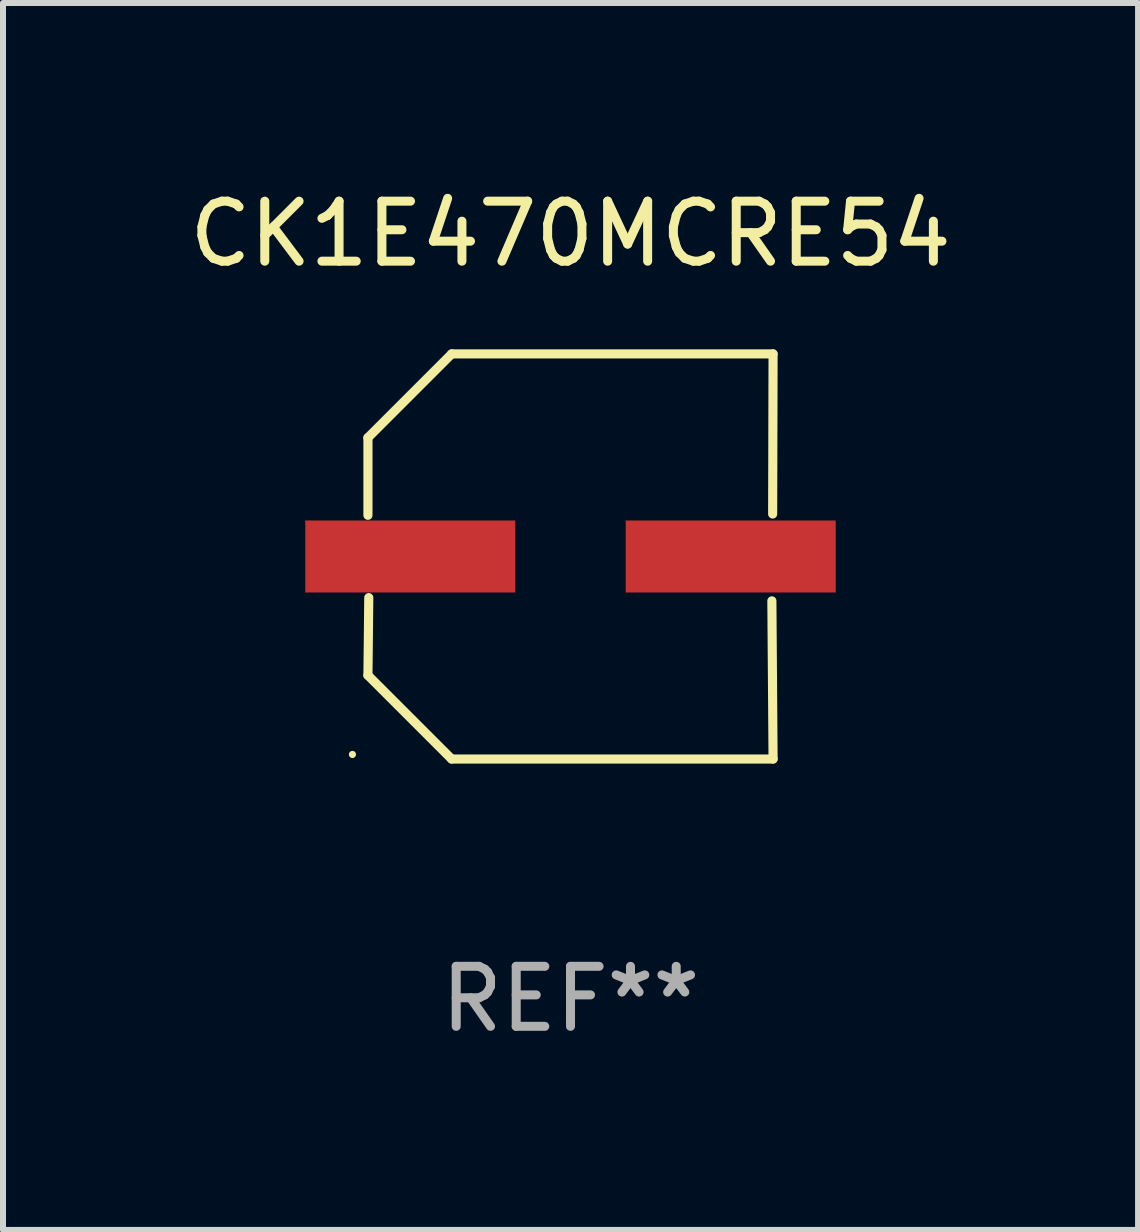
<source format=kicad_pcb>
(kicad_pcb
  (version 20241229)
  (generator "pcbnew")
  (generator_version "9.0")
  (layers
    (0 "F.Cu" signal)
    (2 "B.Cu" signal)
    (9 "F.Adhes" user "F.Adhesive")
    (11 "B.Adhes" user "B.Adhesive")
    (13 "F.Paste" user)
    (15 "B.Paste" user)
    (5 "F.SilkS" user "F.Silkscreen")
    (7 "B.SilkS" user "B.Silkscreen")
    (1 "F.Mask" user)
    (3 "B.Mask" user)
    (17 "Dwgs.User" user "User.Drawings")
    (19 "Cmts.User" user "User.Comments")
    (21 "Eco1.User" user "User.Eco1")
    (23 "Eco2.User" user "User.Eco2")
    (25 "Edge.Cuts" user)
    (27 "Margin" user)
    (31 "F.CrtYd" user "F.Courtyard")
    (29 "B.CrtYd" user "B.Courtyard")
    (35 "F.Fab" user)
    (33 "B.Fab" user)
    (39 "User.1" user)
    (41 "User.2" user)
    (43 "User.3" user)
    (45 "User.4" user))
  (footprint "CK1E470MCRE54"
    (layer "F.Cu")
    (at 6.458 6.224)
    (property "Reference" "CK1E470MCRE54" (at 0 -5.376 0) (layer "F.SilkS") (effects (font (size 1 1) (thickness 0.15))))
    (attr through_hole)
    (fp_line (start -3.376 -1.98) (end -3.376 -0.686) (stroke (width 0.152) (type solid)) (layer "F.SilkS"))
    (fp_line (start -3.376 1.981) (end -3.362 0.686) (stroke (width 0.152) (type solid)) (layer "F.SilkS"))
    (fp_line (start -1.981 3.376) (end -3.376 1.981) (stroke (width 0.152) (type solid)) (layer "F.SilkS"))
    (fp_line (start -1.98 -3.376) (end -3.376 -1.98) (stroke (width 0.152) (type solid)) (layer "F.SilkS"))
    (fp_line (start 3.356 0.74) (end 3.376 3.376) (stroke (width 0.152) (type solid)) (layer "F.SilkS"))
    (fp_line (start 3.369 -0.707) (end 3.376 -3.376) (stroke (width 0.152) (type solid)) (layer "F.SilkS"))
    (fp_line (start 3.376 3.376) (end -1.981 3.376) (stroke (width 0.152) (type solid)) (layer "F.SilkS"))
    (fp_line (start 3.376 -3.376) (end -1.98 -3.376) (stroke (width 0.152) (type solid)) (layer "F.SilkS"))
    (fp_circle (center -3.634 3.3) (end -3.604 3.3) (stroke (width 0.06) (type solid)) (fill no) (layer "F.SilkS"))
    (fp_text user "REF**" (at 0 7.376 0) (layer "F.Fab") (effects (font (size 1 1) (thickness 0.15))))
    (pad "1" smd rect (at -2.67 0.000254) (size 3.5 1.2) (layers "F.Cu" "F.Mask" "F.Paste"))
    (pad "2" smd rect (at 2.67 0.000254) (size 3.5 1.2) (layers "F.Cu" "F.Mask" "F.Paste")))
  (gr_rect
    (start -3 -3)
    (end 15.917 17.448)
    (stroke (width 0.1) (type default))
    (fill no)
    (layer "Edge.Cuts")))
</source>
